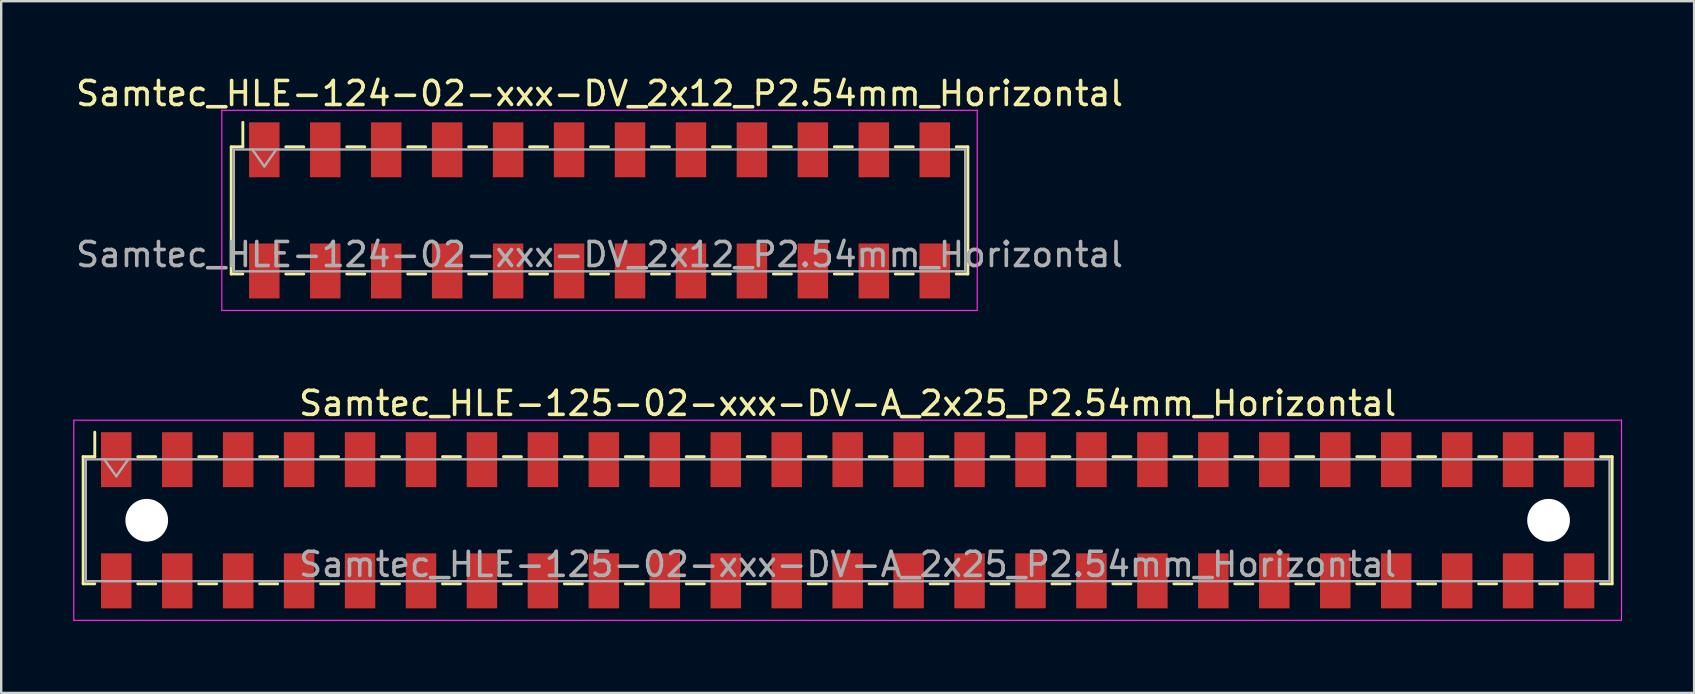
<source format=kicad_pcb>
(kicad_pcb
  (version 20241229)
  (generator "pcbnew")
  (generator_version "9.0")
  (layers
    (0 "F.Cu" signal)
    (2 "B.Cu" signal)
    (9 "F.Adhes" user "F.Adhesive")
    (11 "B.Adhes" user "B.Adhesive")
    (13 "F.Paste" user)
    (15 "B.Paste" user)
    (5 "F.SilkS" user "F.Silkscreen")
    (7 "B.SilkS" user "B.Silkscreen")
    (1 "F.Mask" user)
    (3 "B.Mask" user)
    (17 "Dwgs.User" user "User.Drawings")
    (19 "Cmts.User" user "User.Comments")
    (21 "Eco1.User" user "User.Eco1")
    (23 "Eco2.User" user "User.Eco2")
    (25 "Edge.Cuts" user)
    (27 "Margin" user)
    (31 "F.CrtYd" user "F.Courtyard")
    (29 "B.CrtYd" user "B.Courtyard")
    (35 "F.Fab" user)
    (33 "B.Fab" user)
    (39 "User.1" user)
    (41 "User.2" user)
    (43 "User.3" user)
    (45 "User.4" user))
  (footprint "Samtec_HLE-125-02-xxx-DV-A_2x25_P2.54mm_Horizontal"
    (layer "F.Cu")
    (at 32.275 18.631)
    (property "Reference" "Samtec_HLE-125-02-xxx-DV-A_2x25_P2.54mm_Horizontal" (at 0 -4.87 0) (layer "F.SilkS") (effects (font (size 1 1) (thickness 0.15))))
    (attr smd)
    (fp_line (start -31.86 -2.65) (end -31.86 2.65) (stroke (width 0.12) (type solid)) (layer "F.SilkS"))
    (fp_line (start -31.86 2.65) (end -31.375 2.65) (stroke (width 0.12) (type solid)) (layer "F.SilkS"))
    (fp_line (start -31.375 -3.67) (end -31.375 -2.65) (stroke (width 0.12) (type solid)) (layer "F.SilkS"))
    (fp_line (start -31.375 -2.65) (end -31.86 -2.65) (stroke (width 0.12) (type solid)) (layer "F.SilkS"))
    (fp_line (start -29.585 -2.65) (end -28.835 -2.65) (stroke (width 0.12) (type solid)) (layer "F.SilkS"))
    (fp_line (start -29.585 2.65) (end -28.835 2.65) (stroke (width 0.12) (type solid)) (layer "F.SilkS"))
    (fp_line (start -27.045 -2.65) (end -26.295 -2.65) (stroke (width 0.12) (type solid)) (layer "F.SilkS"))
    (fp_line (start -27.045 2.65) (end -26.295 2.65) (stroke (width 0.12) (type solid)) (layer "F.SilkS"))
    (fp_line (start -24.505 -2.65) (end -23.755 -2.65) (stroke (width 0.12) (type solid)) (layer "F.SilkS"))
    (fp_line (start -24.505 2.65) (end -23.755 2.65) (stroke (width 0.12) (type solid)) (layer "F.SilkS"))
    (fp_line (start -21.965 -2.65) (end -21.215 -2.65) (stroke (width 0.12) (type solid)) (layer "F.SilkS"))
    (fp_line (start -21.965 2.65) (end -21.215 2.65) (stroke (width 0.12) (type solid)) (layer "F.SilkS"))
    (fp_line (start -19.425 -2.65) (end -18.675 -2.65) (stroke (width 0.12) (type solid)) (layer "F.SilkS"))
    (fp_line (start -19.425 2.65) (end -18.675 2.65) (stroke (width 0.12) (type solid)) (layer "F.SilkS"))
    (fp_line (start -16.885 -2.65) (end -16.135 -2.65) (stroke (width 0.12) (type solid)) (layer "F.SilkS"))
    (fp_line (start -16.885 2.65) (end -16.135 2.65) (stroke (width 0.12) (type solid)) (layer "F.SilkS"))
    (fp_line (start -14.345 -2.65) (end -13.595 -2.65) (stroke (width 0.12) (type solid)) (layer "F.SilkS"))
    (fp_line (start -14.345 2.65) (end -13.595 2.65) (stroke (width 0.12) (type solid)) (layer "F.SilkS"))
    (fp_line (start -11.805 -2.65) (end -11.055 -2.65) (stroke (width 0.12) (type solid)) (layer "F.SilkS"))
    (fp_line (start -11.805 2.65) (end -11.055 2.65) (stroke (width 0.12) (type solid)) (layer "F.SilkS"))
    (fp_line (start -9.265 -2.65) (end -8.515 -2.65) (stroke (width 0.12) (type solid)) (layer "F.SilkS"))
    (fp_line (start -9.265 2.65) (end -8.515 2.65) (stroke (width 0.12) (type solid)) (layer "F.SilkS"))
    (fp_line (start -6.725 -2.65) (end -5.975 -2.65) (stroke (width 0.12) (type solid)) (layer "F.SilkS"))
    (fp_line (start -6.725 2.65) (end -5.975 2.65) (stroke (width 0.12) (type solid)) (layer "F.SilkS"))
    (fp_line (start -4.185 -2.65) (end -3.435 -2.65) (stroke (width 0.12) (type solid)) (layer "F.SilkS"))
    (fp_line (start -4.185 2.65) (end -3.435 2.65) (stroke (width 0.12) (type solid)) (layer "F.SilkS"))
    (fp_line (start -1.645 -2.65) (end -0.895 -2.65) (stroke (width 0.12) (type solid)) (layer "F.SilkS"))
    (fp_line (start -1.645 2.65) (end -0.895 2.65) (stroke (width 0.12) (type solid)) (layer "F.SilkS"))
    (fp_line (start 0.895 -2.65) (end 1.645 -2.65) (stroke (width 0.12) (type solid)) (layer "F.SilkS"))
    (fp_line (start 0.895 2.65) (end 1.645 2.65) (stroke (width 0.12) (type solid)) (layer "F.SilkS"))
    (fp_line (start 3.435 -2.65) (end 4.185 -2.65) (stroke (width 0.12) (type solid)) (layer "F.SilkS"))
    (fp_line (start 3.435 2.65) (end 4.185 2.65) (stroke (width 0.12) (type solid)) (layer "F.SilkS"))
    (fp_line (start 5.975 -2.65) (end 6.725 -2.65) (stroke (width 0.12) (type solid)) (layer "F.SilkS"))
    (fp_line (start 5.975 2.65) (end 6.725 2.65) (stroke (width 0.12) (type solid)) (layer "F.SilkS"))
    (fp_line (start 8.515 -2.65) (end 9.265 -2.65) (stroke (width 0.12) (type solid)) (layer "F.SilkS"))
    (fp_line (start 8.515 2.65) (end 9.265 2.65) (stroke (width 0.12) (type solid)) (layer "F.SilkS"))
    (fp_line (start 11.055 -2.65) (end 11.805 -2.65) (stroke (width 0.12) (type solid)) (layer "F.SilkS"))
    (fp_line (start 11.055 2.65) (end 11.805 2.65) (stroke (width 0.12) (type solid)) (layer "F.SilkS"))
    (fp_line (start 13.595 -2.65) (end 14.345 -2.65) (stroke (width 0.12) (type solid)) (layer "F.SilkS"))
    (fp_line (start 13.595 2.65) (end 14.345 2.65) (stroke (width 0.12) (type solid)) (layer "F.SilkS"))
    (fp_line (start 16.135 -2.65) (end 16.885 -2.65) (stroke (width 0.12) (type solid)) (layer "F.SilkS"))
    (fp_line (start 16.135 2.65) (end 16.885 2.65) (stroke (width 0.12) (type solid)) (layer "F.SilkS"))
    (fp_line (start 18.675 -2.65) (end 19.425 -2.65) (stroke (width 0.12) (type solid)) (layer "F.SilkS"))
    (fp_line (start 18.675 2.65) (end 19.425 2.65) (stroke (width 0.12) (type solid)) (layer "F.SilkS"))
    (fp_line (start 21.215 -2.65) (end 21.965 -2.65) (stroke (width 0.12) (type solid)) (layer "F.SilkS"))
    (fp_line (start 21.215 2.65) (end 21.965 2.65) (stroke (width 0.12) (type solid)) (layer "F.SilkS"))
    (fp_line (start 23.755 -2.65) (end 24.505 -2.65) (stroke (width 0.12) (type solid)) (layer "F.SilkS"))
    (fp_line (start 23.755 2.65) (end 24.505 2.65) (stroke (width 0.12) (type solid)) (layer "F.SilkS"))
    (fp_line (start 26.295 -2.65) (end 27.045 -2.65) (stroke (width 0.12) (type solid)) (layer "F.SilkS"))
    (fp_line (start 26.295 2.65) (end 27.045 2.65) (stroke (width 0.12) (type solid)) (layer "F.SilkS"))
    (fp_line (start 28.835 -2.65) (end 29.585 -2.65) (stroke (width 0.12) (type solid)) (layer "F.SilkS"))
    (fp_line (start 28.835 2.65) (end 29.585 2.65) (stroke (width 0.12) (type solid)) (layer "F.SilkS"))
    (fp_line (start 31.375 -2.65) (end 31.86 -2.65) (stroke (width 0.12) (type solid)) (layer "F.SilkS"))
    (fp_line (start 31.86 -2.65) (end 31.86 2.65) (stroke (width 0.12) (type solid)) (layer "F.SilkS"))
    (fp_line (start 31.86 2.65) (end 31.375 2.65) (stroke (width 0.12) (type solid)) (layer "F.SilkS"))
    (fp_line (start -32.25 -4.17) (end 32.25 -4.17) (stroke (width 0.05) (type solid)) (layer "F.CrtYd"))
    (fp_line (start -32.25 4.17) (end -32.25 -4.17) (stroke (width 0.05) (type solid)) (layer "F.CrtYd"))
    (fp_line (start 32.25 -4.17) (end 32.25 4.17) (stroke (width 0.05) (type solid)) (layer "F.CrtYd"))
    (fp_line (start 32.25 4.17) (end -32.25 4.17) (stroke (width 0.05) (type solid)) (layer "F.CrtYd"))
    (fp_line (start -31.75 -2.54) (end 31.75 -2.54) (stroke (width 0.1) (type solid)) (layer "F.Fab"))
    (fp_line (start -31.75 2.54) (end -31.75 -2.54) (stroke (width 0.1) (type solid)) (layer "F.Fab"))
    (fp_line (start -30.98 -2.54) (end -30.48 -1.833) (stroke (width 0.1) (type solid)) (layer "F.Fab"))
    (fp_line (start -30.48 -1.833) (end -29.98 -2.54) (stroke (width 0.1) (type solid)) (layer "F.Fab"))
    (fp_line (start 31.75 -2.54) (end 31.75 2.54) (stroke (width 0.1) (type solid)) (layer "F.Fab"))
    (fp_line (start 31.75 2.54) (end -31.75 2.54) (stroke (width 0.1) (type solid)) (layer "F.Fab"))
    (fp_text user "${REFERENCE}" (at 0 1.84 0) (layer "F.Fab") (effects (font (size 1 1) (thickness 0.15))))
    (pad "" np_thru_hole circle (at -29.21 0) (size 1.78 1.78) (drill 1.78) (layers "*.Cu" "*.Mask"))
    (pad "" np_thru_hole circle (at 29.21 0) (size 1.78 1.78) (drill 1.78) (layers "*.Cu" "*.Mask"))
    (pad "1" smd rect (at -30.48 -2.525) (size 1.27 2.29) (layers "F.Cu" "F.Mask" "F.Paste"))
    (pad "2" smd rect (at -30.48 2.525) (size 1.27 2.29) (layers "F.Cu" "F.Mask" "F.Paste"))
    (pad "3" smd rect (at -27.94 -2.525) (size 1.27 2.29) (layers "F.Cu" "F.Mask" "F.Paste"))
    (pad "4" smd rect (at -27.94 2.525) (size 1.27 2.29) (layers "F.Cu" "F.Mask" "F.Paste"))
    (pad "5" smd rect (at -25.4 -2.525) (size 1.27 2.29) (layers "F.Cu" "F.Mask" "F.Paste"))
    (pad "6" smd rect (at -25.4 2.525) (size 1.27 2.29) (layers "F.Cu" "F.Mask" "F.Paste"))
    (pad "7" smd rect (at -22.86 -2.525) (size 1.27 2.29) (layers "F.Cu" "F.Mask" "F.Paste"))
    (pad "8" smd rect (at -22.86 2.525) (size 1.27 2.29) (layers "F.Cu" "F.Mask" "F.Paste"))
    (pad "9" smd rect (at -20.32 -2.525) (size 1.27 2.29) (layers "F.Cu" "F.Mask" "F.Paste"))
    (pad "10" smd rect (at -20.32 2.525) (size 1.27 2.29) (layers "F.Cu" "F.Mask" "F.Paste"))
    (pad "11" smd rect (at -17.78 -2.525) (size 1.27 2.29) (layers "F.Cu" "F.Mask" "F.Paste"))
    (pad "12" smd rect (at -17.78 2.525) (size 1.27 2.29) (layers "F.Cu" "F.Mask" "F.Paste"))
    (pad "13" smd rect (at -15.24 -2.525) (size 1.27 2.29) (layers "F.Cu" "F.Mask" "F.Paste"))
    (pad "14" smd rect (at -15.24 2.525) (size 1.27 2.29) (layers "F.Cu" "F.Mask" "F.Paste"))
    (pad "15" smd rect (at -12.7 -2.525) (size 1.27 2.29) (layers "F.Cu" "F.Mask" "F.Paste"))
    (pad "16" smd rect (at -12.7 2.525) (size 1.27 2.29) (layers "F.Cu" "F.Mask" "F.Paste"))
    (pad "17" smd rect (at -10.16 -2.525) (size 1.27 2.29) (layers "F.Cu" "F.Mask" "F.Paste"))
    (pad "18" smd rect (at -10.16 2.525) (size 1.27 2.29) (layers "F.Cu" "F.Mask" "F.Paste"))
    (pad "19" smd rect (at -7.62 -2.525) (size 1.27 2.29) (layers "F.Cu" "F.Mask" "F.Paste"))
    (pad "20" smd rect (at -7.62 2.525) (size 1.27 2.29) (layers "F.Cu" "F.Mask" "F.Paste"))
    (pad "21" smd rect (at -5.08 -2.525) (size 1.27 2.29) (layers "F.Cu" "F.Mask" "F.Paste"))
    (pad "22" smd rect (at -5.08 2.525) (size 1.27 2.29) (layers "F.Cu" "F.Mask" "F.Paste"))
    (pad "23" smd rect (at -2.54 -2.525) (size 1.27 2.29) (layers "F.Cu" "F.Mask" "F.Paste"))
    (pad "24" smd rect (at -2.54 2.525) (size 1.27 2.29) (layers "F.Cu" "F.Mask" "F.Paste"))
    (pad "25" smd rect (at 0 -2.525) (size 1.27 2.29) (layers "F.Cu" "F.Mask" "F.Paste"))
    (pad "26" smd rect (at 0 2.525) (size 1.27 2.29) (layers "F.Cu" "F.Mask" "F.Paste"))
    (pad "27" smd rect (at 2.54 -2.525) (size 1.27 2.29) (layers "F.Cu" "F.Mask" "F.Paste"))
    (pad "28" smd rect (at 2.54 2.525) (size 1.27 2.29) (layers "F.Cu" "F.Mask" "F.Paste"))
    (pad "29" smd rect (at 5.08 -2.525) (size 1.27 2.29) (layers "F.Cu" "F.Mask" "F.Paste"))
    (pad "30" smd rect (at 5.08 2.525) (size 1.27 2.29) (layers "F.Cu" "F.Mask" "F.Paste"))
    (pad "31" smd rect (at 7.62 -2.525) (size 1.27 2.29) (layers "F.Cu" "F.Mask" "F.Paste"))
    (pad "32" smd rect (at 7.62 2.525) (size 1.27 2.29) (layers "F.Cu" "F.Mask" "F.Paste"))
    (pad "33" smd rect (at 10.16 -2.525) (size 1.27 2.29) (layers "F.Cu" "F.Mask" "F.Paste"))
    (pad "34" smd rect (at 10.16 2.525) (size 1.27 2.29) (layers "F.Cu" "F.Mask" "F.Paste"))
    (pad "35" smd rect (at 12.7 -2.525) (size 1.27 2.29) (layers "F.Cu" "F.Mask" "F.Paste"))
    (pad "36" smd rect (at 12.7 2.525) (size 1.27 2.29) (layers "F.Cu" "F.Mask" "F.Paste"))
    (pad "37" smd rect (at 15.24 -2.525) (size 1.27 2.29) (layers "F.Cu" "F.Mask" "F.Paste"))
    (pad "38" smd rect (at 15.24 2.525) (size 1.27 2.29) (layers "F.Cu" "F.Mask" "F.Paste"))
    (pad "39" smd rect (at 17.78 -2.525) (size 1.27 2.29) (layers "F.Cu" "F.Mask" "F.Paste"))
    (pad "40" smd rect (at 17.78 2.525) (size 1.27 2.29) (layers "F.Cu" "F.Mask" "F.Paste"))
    (pad "41" smd rect (at 20.32 -2.525) (size 1.27 2.29) (layers "F.Cu" "F.Mask" "F.Paste"))
    (pad "42" smd rect (at 20.32 2.525) (size 1.27 2.29) (layers "F.Cu" "F.Mask" "F.Paste"))
    (pad "43" smd rect (at 22.86 -2.525) (size 1.27 2.29) (layers "F.Cu" "F.Mask" "F.Paste"))
    (pad "44" smd rect (at 22.86 2.525) (size 1.27 2.29) (layers "F.Cu" "F.Mask" "F.Paste"))
    (pad "45" smd rect (at 25.4 -2.525) (size 1.27 2.29) (layers "F.Cu" "F.Mask" "F.Paste"))
    (pad "46" smd rect (at 25.4 2.525) (size 1.27 2.29) (layers "F.Cu" "F.Mask" "F.Paste"))
    (pad "47" smd rect (at 27.94 -2.525) (size 1.27 2.29) (layers "F.Cu" "F.Mask" "F.Paste"))
    (pad "48" smd rect (at 27.94 2.525) (size 1.27 2.29) (layers "F.Cu" "F.Mask" "F.Paste"))
    (pad "49" smd rect (at 30.48 -2.525) (size 1.27 2.29) (layers "F.Cu" "F.Mask" "F.Paste"))
    (pad "50" smd rect (at 30.48 2.525) (size 1.27 2.29) (layers "F.Cu" "F.Mask" "F.Paste")))
  (footprint "Samtec_HLE-124-02-xxx-DV_2x12_P2.54mm_Horizontal"
    (layer "F.Cu")
    (at 21.935 5.718)
    (property "Reference" "Samtec_HLE-124-02-xxx-DV_2x12_P2.54mm_Horizontal" (at 0 -4.87 0) (layer "F.SilkS") (effects (font (size 1 1) (thickness 0.15))))
    (attr smd)
    (fp_line (start -15.35 -2.65) (end -15.35 2.65) (stroke (width 0.12) (type solid)) (layer "F.SilkS"))
    (fp_line (start -15.35 2.65) (end -14.865 2.65) (stroke (width 0.12) (type solid)) (layer "F.SilkS"))
    (fp_line (start -14.865 -3.67) (end -14.865 -2.65) (stroke (width 0.12) (type solid)) (layer "F.SilkS"))
    (fp_line (start -14.865 -2.65) (end -15.35 -2.65) (stroke (width 0.12) (type solid)) (layer "F.SilkS"))
    (fp_line (start -13.075 -2.65) (end -12.325 -2.65) (stroke (width 0.12) (type solid)) (layer "F.SilkS"))
    (fp_line (start -13.075 2.65) (end -12.325 2.65) (stroke (width 0.12) (type solid)) (layer "F.SilkS"))
    (fp_line (start -10.535 -2.65) (end -9.785 -2.65) (stroke (width 0.12) (type solid)) (layer "F.SilkS"))
    (fp_line (start -10.535 2.65) (end -9.785 2.65) (stroke (width 0.12) (type solid)) (layer "F.SilkS"))
    (fp_line (start -7.995 -2.65) (end -7.245 -2.65) (stroke (width 0.12) (type solid)) (layer "F.SilkS"))
    (fp_line (start -7.995 2.65) (end -7.245 2.65) (stroke (width 0.12) (type solid)) (layer "F.SilkS"))
    (fp_line (start -5.455 -2.65) (end -4.705 -2.65) (stroke (width 0.12) (type solid)) (layer "F.SilkS"))
    (fp_line (start -5.455 2.65) (end -4.705 2.65) (stroke (width 0.12) (type solid)) (layer "F.SilkS"))
    (fp_line (start -2.915 -2.65) (end -2.165 -2.65) (stroke (width 0.12) (type solid)) (layer "F.SilkS"))
    (fp_line (start -2.915 2.65) (end -2.165 2.65) (stroke (width 0.12) (type solid)) (layer "F.SilkS"))
    (fp_line (start -0.375 -2.65) (end 0.375 -2.65) (stroke (width 0.12) (type solid)) (layer "F.SilkS"))
    (fp_line (start -0.375 2.65) (end 0.375 2.65) (stroke (width 0.12) (type solid)) (layer "F.SilkS"))
    (fp_line (start 2.165 -2.65) (end 2.915 -2.65) (stroke (width 0.12) (type solid)) (layer "F.SilkS"))
    (fp_line (start 2.165 2.65) (end 2.915 2.65) (stroke (width 0.12) (type solid)) (layer "F.SilkS"))
    (fp_line (start 4.705 -2.65) (end 5.455 -2.65) (stroke (width 0.12) (type solid)) (layer "F.SilkS"))
    (fp_line (start 4.705 2.65) (end 5.455 2.65) (stroke (width 0.12) (type solid)) (layer "F.SilkS"))
    (fp_line (start 7.245 -2.65) (end 7.995 -2.65) (stroke (width 0.12) (type solid)) (layer "F.SilkS"))
    (fp_line (start 7.245 2.65) (end 7.995 2.65) (stroke (width 0.12) (type solid)) (layer "F.SilkS"))
    (fp_line (start 9.785 -2.65) (end 10.535 -2.65) (stroke (width 0.12) (type solid)) (layer "F.SilkS"))
    (fp_line (start 9.785 2.65) (end 10.535 2.65) (stroke (width 0.12) (type solid)) (layer "F.SilkS"))
    (fp_line (start 12.325 -2.65) (end 13.075 -2.65) (stroke (width 0.12) (type solid)) (layer "F.SilkS"))
    (fp_line (start 12.325 2.65) (end 13.075 2.65) (stroke (width 0.12) (type solid)) (layer "F.SilkS"))
    (fp_line (start 14.865 -2.65) (end 15.35 -2.65) (stroke (width 0.12) (type solid)) (layer "F.SilkS"))
    (fp_line (start 15.35 -2.65) (end 15.35 2.65) (stroke (width 0.12) (type solid)) (layer "F.SilkS"))
    (fp_line (start 15.35 2.65) (end 14.865 2.65) (stroke (width 0.12) (type solid)) (layer "F.SilkS"))
    (fp_line (start -15.74 -4.17) (end 15.74 -4.17) (stroke (width 0.05) (type solid)) (layer "F.CrtYd"))
    (fp_line (start -15.74 4.17) (end -15.74 -4.17) (stroke (width 0.05) (type solid)) (layer "F.CrtYd"))
    (fp_line (start 15.74 -4.17) (end 15.74 4.17) (stroke (width 0.05) (type solid)) (layer "F.CrtYd"))
    (fp_line (start 15.74 4.17) (end -15.74 4.17) (stroke (width 0.05) (type solid)) (layer "F.CrtYd"))
    (fp_line (start -15.24 -2.54) (end 15.24 -2.54) (stroke (width 0.1) (type solid)) (layer "F.Fab"))
    (fp_line (start -15.24 2.54) (end -15.24 -2.54) (stroke (width 0.1) (type solid)) (layer "F.Fab"))
    (fp_line (start -14.47 -2.54) (end -13.97 -1.833) (stroke (width 0.1) (type solid)) (layer "F.Fab"))
    (fp_line (start -13.97 -1.833) (end -13.47 -2.54) (stroke (width 0.1) (type solid)) (layer "F.Fab"))
    (fp_line (start 15.24 -2.54) (end 15.24 2.54) (stroke (width 0.1) (type solid)) (layer "F.Fab"))
    (fp_line (start 15.24 2.54) (end -15.24 2.54) (stroke (width 0.1) (type solid)) (layer "F.Fab"))
    (fp_text user "${REFERENCE}" (at 0 1.84 0) (layer "F.Fab") (effects (font (size 1 1) (thickness 0.15))))
    (pad "1" smd rect (at -13.97 -2.525) (size 1.27 2.29) (layers "F.Cu" "F.Mask" "F.Paste"))
    (pad "2" smd rect (at -13.97 2.525) (size 1.27 2.29) (layers "F.Cu" "F.Mask" "F.Paste"))
    (pad "3" smd rect (at -11.43 -2.525) (size 1.27 2.29) (layers "F.Cu" "F.Mask" "F.Paste"))
    (pad "4" smd rect (at -11.43 2.525) (size 1.27 2.29) (layers "F.Cu" "F.Mask" "F.Paste"))
    (pad "5" smd rect (at -8.89 -2.525) (size 1.27 2.29) (layers "F.Cu" "F.Mask" "F.Paste"))
    (pad "6" smd rect (at -8.89 2.525) (size 1.27 2.29) (layers "F.Cu" "F.Mask" "F.Paste"))
    (pad "7" smd rect (at -6.35 -2.525) (size 1.27 2.29) (layers "F.Cu" "F.Mask" "F.Paste"))
    (pad "8" smd rect (at -6.35 2.525) (size 1.27 2.29) (layers "F.Cu" "F.Mask" "F.Paste"))
    (pad "9" smd rect (at -3.81 -2.525) (size 1.27 2.29) (layers "F.Cu" "F.Mask" "F.Paste"))
    (pad "10" smd rect (at -3.81 2.525) (size 1.27 2.29) (layers "F.Cu" "F.Mask" "F.Paste"))
    (pad "11" smd rect (at -1.27 -2.525) (size 1.27 2.29) (layers "F.Cu" "F.Mask" "F.Paste"))
    (pad "12" smd rect (at -1.27 2.525) (size 1.27 2.29) (layers "F.Cu" "F.Mask" "F.Paste"))
    (pad "13" smd rect (at 1.27 -2.525) (size 1.27 2.29) (layers "F.Cu" "F.Mask" "F.Paste"))
    (pad "14" smd rect (at 1.27 2.525) (size 1.27 2.29) (layers "F.Cu" "F.Mask" "F.Paste"))
    (pad "15" smd rect (at 3.81 -2.525) (size 1.27 2.29) (layers "F.Cu" "F.Mask" "F.Paste"))
    (pad "16" smd rect (at 3.81 2.525) (size 1.27 2.29) (layers "F.Cu" "F.Mask" "F.Paste"))
    (pad "17" smd rect (at 6.35 -2.525) (size 1.27 2.29) (layers "F.Cu" "F.Mask" "F.Paste"))
    (pad "18" smd rect (at 6.35 2.525) (size 1.27 2.29) (layers "F.Cu" "F.Mask" "F.Paste"))
    (pad "19" smd rect (at 8.89 -2.525) (size 1.27 2.29) (layers "F.Cu" "F.Mask" "F.Paste"))
    (pad "20" smd rect (at 8.89 2.525) (size 1.27 2.29) (layers "F.Cu" "F.Mask" "F.Paste"))
    (pad "21" smd rect (at 11.43 -2.525) (size 1.27 2.29) (layers "F.Cu" "F.Mask" "F.Paste"))
    (pad "22" smd rect (at 11.43 2.525) (size 1.27 2.29) (layers "F.Cu" "F.Mask" "F.Paste"))
    (pad "23" smd rect (at 13.97 -2.525) (size 1.27 2.29) (layers "F.Cu" "F.Mask" "F.Paste"))
    (pad "24" smd rect (at 13.97 2.525) (size 1.27 2.29) (layers "F.Cu" "F.Mask" "F.Paste")))
  (gr_rect
    (start -3 -3)
    (end 67.55 25.826)
    (stroke (width 0.1) (type default))
    (fill no)
    (layer "Edge.Cuts")))
</source>
